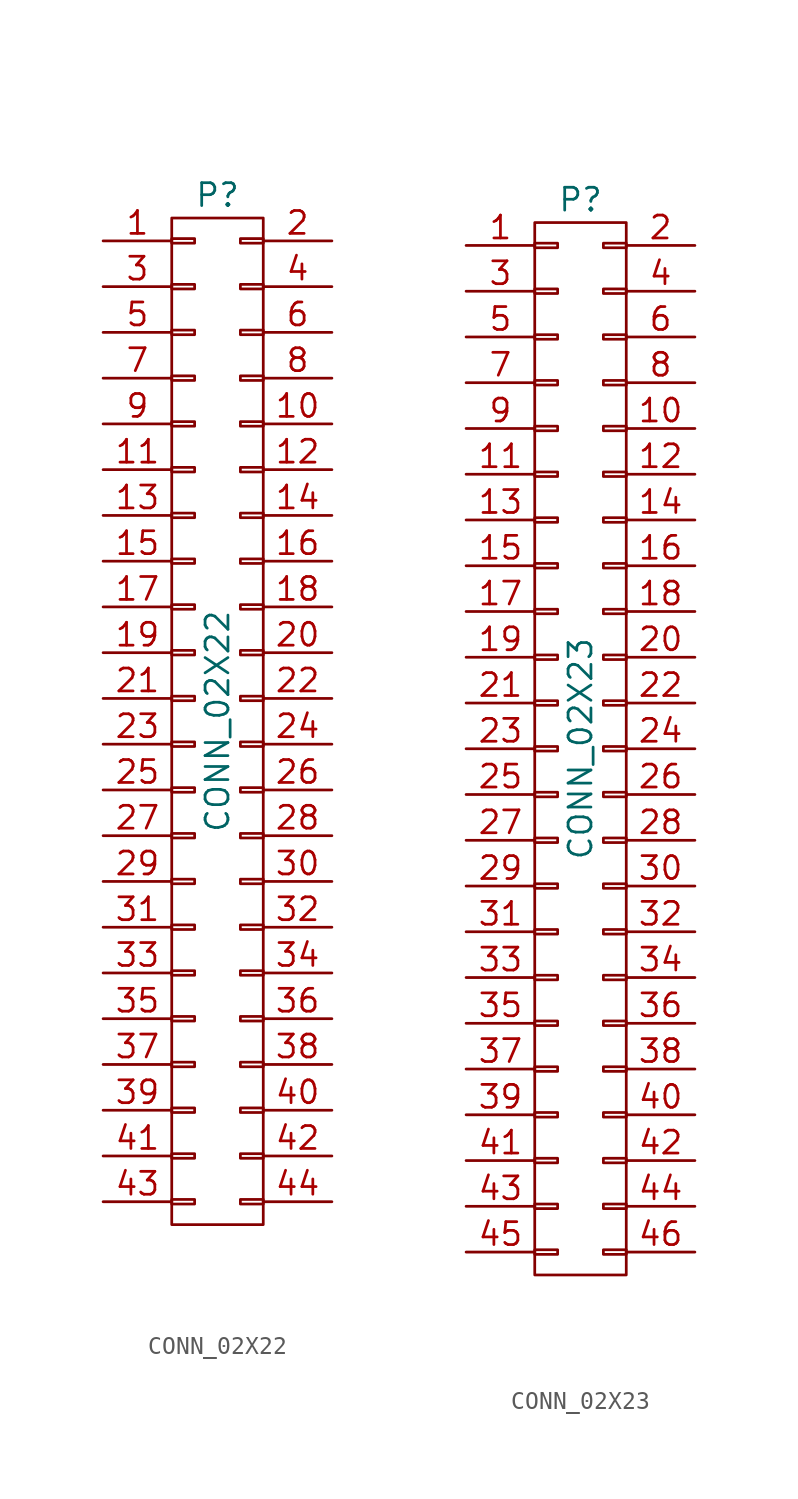
<source format=kicad_sym>
(kicad_symbol_lib
  (version 20231120)
  (generator "kicad_symbol_editor")
  (generator_version "8.0")
  (symbol "CONN_02X22"
    (pin_names
      (offset 0.025) hide)
    (property "Reference" "P"
      (at 0 29.21 0)
      (effects (font (size 1.27 1.27))))
    (property "Value" "CONN_02X22"
      (at 0 0 90)
      (effects (font (size 1.27 1.27))))
    (property "Footprint" ""
      (at 0 -22.86 0)
      (effects (font (size 1.27 1.27))))
    (property "Datasheet" ""
      (at 0 -22.86 0)
      (effects (font (size 1.27 1.27))))
    (symbol "CONN_02X22_0_1"
      (rectangle (start -2.54 -26.543) (end -1.27 -26.797) (stroke (width 0) (type solid)) (fill (type none)))
      (rectangle (start -2.54 -24.003) (end -1.27 -24.257) (stroke (width 0) (type solid)) (fill (type none)))
      (rectangle (start -2.54 -21.463) (end -1.27 -21.717) (stroke (width 0) (type solid)) (fill (type none)))
      (rectangle (start -2.54 -18.923) (end -1.27 -19.177) (stroke (width 0) (type solid)) (fill (type none)))
      (rectangle (start -2.54 -16.383) (end -1.27 -16.637) (stroke (width 0) (type solid)) (fill (type none)))
      (rectangle (start -2.54 -13.843) (end -1.27 -14.097) (stroke (width 0) (type solid)) (fill (type none)))
      (rectangle (start -2.54 -11.303) (end -1.27 -11.557) (stroke (width 0) (type solid)) (fill (type none)))
      (rectangle (start -2.54 -8.763) (end -1.27 -9.017) (stroke (width 0) (type solid)) (fill (type none)))
      (rectangle (start -2.54 -6.223) (end -1.27 -6.477) (stroke (width 0) (type solid)) (fill (type none)))
      (rectangle (start -2.54 -3.683) (end -1.27 -3.937) (stroke (width 0) (type solid)) (fill (type none)))
      (rectangle (start -2.54 -1.143) (end -1.27 -1.397) (stroke (width 0) (type solid)) (fill (type none)))
      (rectangle (start -2.54 1.397) (end -1.27 1.143) (stroke (width 0) (type solid)) (fill (type none)))
      (rectangle (start -2.54 3.937) (end -1.27 3.683) (stroke (width 0) (type solid)) (fill (type none)))
      (rectangle (start -2.54 6.477) (end -1.27 6.223) (stroke (width 0) (type solid)) (fill (type none)))
      (rectangle (start -2.54 9.017) (end -1.27 8.763) (stroke (width 0) (type solid)) (fill (type none)))
      (rectangle (start -2.54 11.557) (end -1.27 11.303) (stroke (width 0) (type solid)) (fill (type none)))
      (rectangle (start -2.54 14.097) (end -1.27 13.843) (stroke (width 0) (type solid)) (fill (type none)))
      (rectangle (start -2.54 16.637) (end -1.27 16.383) (stroke (width 0) (type solid)) (fill (type none)))
      (rectangle (start -2.54 19.177) (end -1.27 18.923) (stroke (width 0) (type solid)) (fill (type none)))
      (rectangle (start -2.54 21.717) (end -1.27 21.463) (stroke (width 0) (type solid)) (fill (type none)))
      (rectangle (start -2.54 24.257) (end -1.27 24.003) (stroke (width 0) (type solid)) (fill (type none)))
      (rectangle (start -2.54 26.797) (end -1.27 26.543) (stroke (width 0) (type solid)) (fill (type none)))
      (rectangle (start -2.54 27.94) (end 2.54 -27.94) (stroke (width 0) (type solid)) (fill (type none)))
      (rectangle (start 1.27 -26.543) (end 2.54 -26.797) (stroke (width 0) (type solid)) (fill (type none)))
      (rectangle (start 1.27 -24.003) (end 2.54 -24.257) (stroke (width 0) (type solid)) (fill (type none)))
      (rectangle (start 1.27 -21.463) (end 2.54 -21.717) (stroke (width 0) (type solid)) (fill (type none)))
      (rectangle (start 1.27 -18.923) (end 2.54 -19.177) (stroke (width 0) (type solid)) (fill (type none)))
      (rectangle (start 1.27 -16.383) (end 2.54 -16.637) (stroke (width 0) (type solid)) (fill (type none)))
      (rectangle (start 1.27 -13.843) (end 2.54 -14.097) (stroke (width 0) (type solid)) (fill (type none)))
      (rectangle (start 1.27 -11.303) (end 2.54 -11.557) (stroke (width 0) (type solid)) (fill (type none)))
      (rectangle (start 1.27 -8.763) (end 2.54 -9.017) (stroke (width 0) (type solid)) (fill (type none)))
      (rectangle (start 1.27 -6.223) (end 2.54 -6.477) (stroke (width 0) (type solid)) (fill (type none)))
      (rectangle (start 1.27 -3.683) (end 2.54 -3.937) (stroke (width 0) (type solid)) (fill (type none)))
      (rectangle (start 1.27 -1.143) (end 2.54 -1.397) (stroke (width 0) (type solid)) (fill (type none)))
      (rectangle (start 1.27 1.397) (end 2.54 1.143) (stroke (width 0) (type solid)) (fill (type none)))
      (rectangle (start 1.27 3.937) (end 2.54 3.683) (stroke (width 0) (type solid)) (fill (type none)))
      (rectangle (start 1.27 6.477) (end 2.54 6.223) (stroke (width 0) (type solid)) (fill (type none)))
      (rectangle (start 1.27 9.017) (end 2.54 8.763) (stroke (width 0) (type solid)) (fill (type none)))
      (rectangle (start 1.27 11.557) (end 2.54 11.303) (stroke (width 0) (type solid)) (fill (type none)))
      (rectangle (start 1.27 14.097) (end 2.54 13.843) (stroke (width 0) (type solid)) (fill (type none)))
      (rectangle (start 1.27 16.637) (end 2.54 16.383) (stroke (width 0) (type solid)) (fill (type none)))
      (rectangle (start 1.27 19.177) (end 2.54 18.923) (stroke (width 0) (type solid)) (fill (type none)))
      (rectangle (start 1.27 21.717) (end 2.54 21.463) (stroke (width 0) (type solid)) (fill (type none)))
      (rectangle (start 1.27 24.257) (end 2.54 24.003) (stroke (width 0) (type solid)) (fill (type none)))
      (rectangle (start 1.27 26.797) (end 2.54 26.543) (stroke (width 0) (type solid)) (fill (type none))))
    (symbol "CONN_02X22_1_1"
      (pin passive line (at -6.35 26.67 0) (length 3.81) (name "P1" (effects (font (size 1.27 1.27)))) (number "1" (effects (font (size 1.27 1.27)))))
      (pin passive line (at 6.35 16.51 180) (length 3.81) (name "P10" (effects (font (size 1.27 1.27)))) (number "10" (effects (font (size 1.27 1.27)))))
      (pin passive line (at -6.35 13.97 0) (length 3.81) (name "P11" (effects (font (size 1.27 1.27)))) (number "11" (effects (font (size 1.27 1.27)))))
      (pin passive line (at 6.35 13.97 180) (length 3.81) (name "P12" (effects (font (size 1.27 1.27)))) (number "12" (effects (font (size 1.27 1.27)))))
      (pin passive line (at -6.35 11.43 0) (length 3.81) (name "P13" (effects (font (size 1.27 1.27)))) (number "13" (effects (font (size 1.27 1.27)))))
      (pin passive line (at 6.35 11.43 180) (length 3.81) (name "P14" (effects (font (size 1.27 1.27)))) (number "14" (effects (font (size 1.27 1.27)))))
      (pin passive line (at -6.35 8.89 0) (length 3.81) (name "P15" (effects (font (size 1.27 1.27)))) (number "15" (effects (font (size 1.27 1.27)))))
      (pin passive line (at 6.35 8.89 180) (length 3.81) (name "P16" (effects (font (size 1.27 1.27)))) (number "16" (effects (font (size 1.27 1.27)))))
      (pin passive line (at -6.35 6.35 0) (length 3.81) (name "P17" (effects (font (size 1.27 1.27)))) (number "17" (effects (font (size 1.27 1.27)))))
      (pin passive line (at 6.35 6.35 180) (length 3.81) (name "P18" (effects (font (size 1.27 1.27)))) (number "18" (effects (font (size 1.27 1.27)))))
      (pin passive line (at -6.35 3.81 0) (length 3.81) (name "P19" (effects (font (size 1.27 1.27)))) (number "19" (effects (font (size 1.27 1.27)))))
      (pin passive line (at 6.35 26.67 180) (length 3.81) (name "P2" (effects (font (size 1.27 1.27)))) (number "2" (effects (font (size 1.27 1.27)))))
      (pin passive line (at 6.35 3.81 180) (length 3.81) (name "P20" (effects (font (size 1.27 1.27)))) (number "20" (effects (font (size 1.27 1.27)))))
      (pin passive line (at -6.35 1.27 0) (length 3.81) (name "P21" (effects (font (size 1.27 1.27)))) (number "21" (effects (font (size 1.27 1.27)))))
      (pin passive line (at 6.35 1.27 180) (length 3.81) (name "P22" (effects (font (size 1.27 1.27)))) (number "22" (effects (font (size 1.27 1.27)))))
      (pin passive line (at -6.35 -1.27 0) (length 3.81) (name "P23" (effects (font (size 1.27 1.27)))) (number "23" (effects (font (size 1.27 1.27)))))
      (pin passive line (at 6.35 -1.27 180) (length 3.81) (name "P24" (effects (font (size 1.27 1.27)))) (number "24" (effects (font (size 1.27 1.27)))))
      (pin passive line (at -6.35 -3.81 0) (length 3.81) (name "P25" (effects (font (size 1.27 1.27)))) (number "25" (effects (font (size 1.27 1.27)))))
      (pin passive line (at 6.35 -3.81 180) (length 3.81) (name "P26" (effects (font (size 1.27 1.27)))) (number "26" (effects (font (size 1.27 1.27)))))
      (pin passive line (at -6.35 -6.35 0) (length 3.81) (name "P27" (effects (font (size 1.27 1.27)))) (number "27" (effects (font (size 1.27 1.27)))))
      (pin passive line (at 6.35 -6.35 180) (length 3.81) (name "P28" (effects (font (size 1.27 1.27)))) (number "28" (effects (font (size 1.27 1.27)))))
      (pin passive line (at -6.35 -8.89 0) (length 3.81) (name "P29" (effects (font (size 1.27 1.27)))) (number "29" (effects (font (size 1.27 1.27)))))
      (pin passive line (at -6.35 24.13 0) (length 3.81) (name "P3" (effects (font (size 1.27 1.27)))) (number "3" (effects (font (size 1.27 1.27)))))
      (pin passive line (at 6.35 -8.89 180) (length 3.81) (name "P30" (effects (font (size 1.27 1.27)))) (number "30" (effects (font (size 1.27 1.27)))))
      (pin passive line (at -6.35 -11.43 0) (length 3.81) (name "P31" (effects (font (size 1.27 1.27)))) (number "31" (effects (font (size 1.27 1.27)))))
      (pin passive line (at 6.35 -11.43 180) (length 3.81) (name "P32" (effects (font (size 1.27 1.27)))) (number "32" (effects (font (size 1.27 1.27)))))
      (pin passive line (at -6.35 -13.97 0) (length 3.81) (name "P33" (effects (font (size 1.27 1.27)))) (number "33" (effects (font (size 1.27 1.27)))))
      (pin passive line (at 6.35 -13.97 180) (length 3.81) (name "P34" (effects (font (size 1.27 1.27)))) (number "34" (effects (font (size 1.27 1.27)))))
      (pin passive line (at -6.35 -16.51 0) (length 3.81) (name "P35" (effects (font (size 1.27 1.27)))) (number "35" (effects (font (size 1.27 1.27)))))
      (pin passive line (at 6.35 -16.51 180) (length 3.81) (name "P36" (effects (font (size 1.27 1.27)))) (number "36" (effects (font (size 1.27 1.27)))))
      (pin passive line (at -6.35 -19.05 0) (length 3.81) (name "P37" (effects (font (size 1.27 1.27)))) (number "37" (effects (font (size 1.27 1.27)))))
      (pin passive line (at 6.35 -19.05 180) (length 3.81) (name "P38" (effects (font (size 1.27 1.27)))) (number "38" (effects (font (size 1.27 1.27)))))
      (pin passive line (at -6.35 -21.59 0) (length 3.81) (name "P39" (effects (font (size 1.27 1.27)))) (number "39" (effects (font (size 1.27 1.27)))))
      (pin passive line (at 6.35 24.13 180) (length 3.81) (name "P4" (effects (font (size 1.27 1.27)))) (number "4" (effects (font (size 1.27 1.27)))))
      (pin passive line (at 6.35 -21.59 180) (length 3.81) (name "P40" (effects (font (size 1.27 1.27)))) (number "40" (effects (font (size 1.27 1.27)))))
      (pin passive line (at -6.35 -24.13 0) (length 3.81) (name "P41" (effects (font (size 1.27 1.27)))) (number "41" (effects (font (size 1.27 1.27)))))
      (pin passive line (at 6.35 -24.13 180) (length 3.81) (name "P42" (effects (font (size 1.27 1.27)))) (number "42" (effects (font (size 1.27 1.27)))))
      (pin passive line (at -6.35 -26.67 0) (length 3.81) (name "P43" (effects (font (size 1.27 1.27)))) (number "43" (effects (font (size 1.27 1.27)))))
      (pin passive line (at 6.35 -26.67 180) (length 3.81) (name "P44" (effects (font (size 1.27 1.27)))) (number "44" (effects (font (size 1.27 1.27)))))
      (pin passive line (at -6.35 21.59 0) (length 3.81) (name "P5" (effects (font (size 1.27 1.27)))) (number "5" (effects (font (size 1.27 1.27)))))
      (pin passive line (at 6.35 21.59 180) (length 3.81) (name "P6" (effects (font (size 1.27 1.27)))) (number "6" (effects (font (size 1.27 1.27)))))
      (pin passive line (at -6.35 19.05 0) (length 3.81) (name "P7" (effects (font (size 1.27 1.27)))) (number "7" (effects (font (size 1.27 1.27)))))
      (pin passive line (at 6.35 19.05 180) (length 3.81) (name "P8" (effects (font (size 1.27 1.27)))) (number "8" (effects (font (size 1.27 1.27)))))
      (pin passive line (at -6.35 16.51 0) (length 3.81) (name "P9" (effects (font (size 1.27 1.27)))) (number "9" (effects (font (size 1.27 1.27)))))))
  (symbol "CONN_02X23"
    (pin_names
      (offset 0.025) hide)
    (property "Reference" "P"
      (at 0 30.48 0)
      (effects (font (size 1.27 1.27))))
    (property "Value" "CONN_02X23"
      (at 0 0 90)
      (effects (font (size 1.27 1.27))))
    (property "Footprint" ""
      (at 0 -21.59 0)
      (effects (font (size 1.27 1.27))))
    (property "Datasheet" ""
      (at 0 -21.59 0)
      (effects (font (size 1.27 1.27))))
    (symbol "CONN_02X23_0_1"
      (rectangle (start -2.54 -27.813) (end -1.27 -28.067) (stroke (width 0) (type solid)) (fill (type none)))
      (rectangle (start -2.54 -25.273) (end -1.27 -25.527) (stroke (width 0) (type solid)) (fill (type none)))
      (rectangle (start -2.54 -22.733) (end -1.27 -22.987) (stroke (width 0) (type solid)) (fill (type none)))
      (rectangle (start -2.54 -20.193) (end -1.27 -20.447) (stroke (width 0) (type solid)) (fill (type none)))
      (rectangle (start -2.54 -17.653) (end -1.27 -17.907) (stroke (width 0) (type solid)) (fill (type none)))
      (rectangle (start -2.54 -15.113) (end -1.27 -15.367) (stroke (width 0) (type solid)) (fill (type none)))
      (rectangle (start -2.54 -12.573) (end -1.27 -12.827) (stroke (width 0) (type solid)) (fill (type none)))
      (rectangle (start -2.54 -10.033) (end -1.27 -10.287) (stroke (width 0) (type solid)) (fill (type none)))
      (rectangle (start -2.54 -7.493) (end -1.27 -7.747) (stroke (width 0) (type solid)) (fill (type none)))
      (rectangle (start -2.54 -4.953) (end -1.27 -5.207) (stroke (width 0) (type solid)) (fill (type none)))
      (rectangle (start -2.54 -2.413) (end -1.27 -2.667) (stroke (width 0) (type solid)) (fill (type none)))
      (rectangle (start -2.54 0.127) (end -1.27 -0.127) (stroke (width 0) (type solid)) (fill (type none)))
      (rectangle (start -2.54 2.667) (end -1.27 2.413) (stroke (width 0) (type solid)) (fill (type none)))
      (rectangle (start -2.54 5.207) (end -1.27 4.953) (stroke (width 0) (type solid)) (fill (type none)))
      (rectangle (start -2.54 7.747) (end -1.27 7.493) (stroke (width 0) (type solid)) (fill (type none)))
      (rectangle (start -2.54 10.287) (end -1.27 10.033) (stroke (width 0) (type solid)) (fill (type none)))
      (rectangle (start -2.54 12.827) (end -1.27 12.573) (stroke (width 0) (type solid)) (fill (type none)))
      (rectangle (start -2.54 15.367) (end -1.27 15.113) (stroke (width 0) (type solid)) (fill (type none)))
      (rectangle (start -2.54 17.907) (end -1.27 17.653) (stroke (width 0) (type solid)) (fill (type none)))
      (rectangle (start -2.54 20.447) (end -1.27 20.193) (stroke (width 0) (type solid)) (fill (type none)))
      (rectangle (start -2.54 22.987) (end -1.27 22.733) (stroke (width 0) (type solid)) (fill (type none)))
      (rectangle (start -2.54 25.527) (end -1.27 25.273) (stroke (width 0) (type solid)) (fill (type none)))
      (rectangle (start -2.54 28.067) (end -1.27 27.813) (stroke (width 0) (type solid)) (fill (type none)))
      (rectangle (start -2.54 29.21) (end 2.54 -29.21) (stroke (width 0) (type solid)) (fill (type none)))
      (rectangle (start 1.27 -27.813) (end 2.54 -28.067) (stroke (width 0) (type solid)) (fill (type none)))
      (rectangle (start 1.27 -25.273) (end 2.54 -25.527) (stroke (width 0) (type solid)) (fill (type none)))
      (rectangle (start 1.27 -22.733) (end 2.54 -22.987) (stroke (width 0) (type solid)) (fill (type none)))
      (rectangle (start 1.27 -20.193) (end 2.54 -20.447) (stroke (width 0) (type solid)) (fill (type none)))
      (rectangle (start 1.27 -17.653) (end 2.54 -17.907) (stroke (width 0) (type solid)) (fill (type none)))
      (rectangle (start 1.27 -15.113) (end 2.54 -15.367) (stroke (width 0) (type solid)) (fill (type none)))
      (rectangle (start 1.27 -12.573) (end 2.54 -12.827) (stroke (width 0) (type solid)) (fill (type none)))
      (rectangle (start 1.27 -10.033) (end 2.54 -10.287) (stroke (width 0) (type solid)) (fill (type none)))
      (rectangle (start 1.27 -7.493) (end 2.54 -7.747) (stroke (width 0) (type solid)) (fill (type none)))
      (rectangle (start 1.27 -4.953) (end 2.54 -5.207) (stroke (width 0) (type solid)) (fill (type none)))
      (rectangle (start 1.27 -2.413) (end 2.54 -2.667) (stroke (width 0) (type solid)) (fill (type none)))
      (rectangle (start 1.27 0.127) (end 2.54 -0.127) (stroke (width 0) (type solid)) (fill (type none)))
      (rectangle (start 1.27 2.667) (end 2.54 2.413) (stroke (width 0) (type solid)) (fill (type none)))
      (rectangle (start 1.27 5.207) (end 2.54 4.953) (stroke (width 0) (type solid)) (fill (type none)))
      (rectangle (start 1.27 7.747) (end 2.54 7.493) (stroke (width 0) (type solid)) (fill (type none)))
      (rectangle (start 1.27 10.287) (end 2.54 10.033) (stroke (width 0) (type solid)) (fill (type none)))
      (rectangle (start 1.27 12.827) (end 2.54 12.573) (stroke (width 0) (type solid)) (fill (type none)))
      (rectangle (start 1.27 15.367) (end 2.54 15.113) (stroke (width 0) (type solid)) (fill (type none)))
      (rectangle (start 1.27 17.907) (end 2.54 17.653) (stroke (width 0) (type solid)) (fill (type none)))
      (rectangle (start 1.27 20.447) (end 2.54 20.193) (stroke (width 0) (type solid)) (fill (type none)))
      (rectangle (start 1.27 22.987) (end 2.54 22.733) (stroke (width 0) (type solid)) (fill (type none)))
      (rectangle (start 1.27 25.527) (end 2.54 25.273) (stroke (width 0) (type solid)) (fill (type none)))
      (rectangle (start 1.27 28.067) (end 2.54 27.813) (stroke (width 0) (type solid)) (fill (type none))))
    (symbol "CONN_02X23_1_1"
      (pin passive line (at -6.35 27.94 0) (length 3.81) (name "P1" (effects (font (size 1.27 1.27)))) (number "1" (effects (font (size 1.27 1.27)))))
      (pin passive line (at 6.35 17.78 180) (length 3.81) (name "P10" (effects (font (size 1.27 1.27)))) (number "10" (effects (font (size 1.27 1.27)))))
      (pin passive line (at -6.35 15.24 0) (length 3.81) (name "P11" (effects (font (size 1.27 1.27)))) (number "11" (effects (font (size 1.27 1.27)))))
      (pin passive line (at 6.35 15.24 180) (length 3.81) (name "P12" (effects (font (size 1.27 1.27)))) (number "12" (effects (font (size 1.27 1.27)))))
      (pin passive line (at -6.35 12.7 0) (length 3.81) (name "P13" (effects (font (size 1.27 1.27)))) (number "13" (effects (font (size 1.27 1.27)))))
      (pin passive line (at 6.35 12.7 180) (length 3.81) (name "P14" (effects (font (size 1.27 1.27)))) (number "14" (effects (font (size 1.27 1.27)))))
      (pin passive line (at -6.35 10.16 0) (length 3.81) (name "P15" (effects (font (size 1.27 1.27)))) (number "15" (effects (font (size 1.27 1.27)))))
      (pin passive line (at 6.35 10.16 180) (length 3.81) (name "P16" (effects (font (size 1.27 1.27)))) (number "16" (effects (font (size 1.27 1.27)))))
      (pin passive line (at -6.35 7.62 0) (length 3.81) (name "P17" (effects (font (size 1.27 1.27)))) (number "17" (effects (font (size 1.27 1.27)))))
      (pin passive line (at 6.35 7.62 180) (length 3.81) (name "P18" (effects (font (size 1.27 1.27)))) (number "18" (effects (font (size 1.27 1.27)))))
      (pin passive line (at -6.35 5.08 0) (length 3.81) (name "P19" (effects (font (size 1.27 1.27)))) (number "19" (effects (font (size 1.27 1.27)))))
      (pin passive line (at 6.35 27.94 180) (length 3.81) (name "P2" (effects (font (size 1.27 1.27)))) (number "2" (effects (font (size 1.27 1.27)))))
      (pin passive line (at 6.35 5.08 180) (length 3.81) (name "P20" (effects (font (size 1.27 1.27)))) (number "20" (effects (font (size 1.27 1.27)))))
      (pin passive line (at -6.35 2.54 0) (length 3.81) (name "P21" (effects (font (size 1.27 1.27)))) (number "21" (effects (font (size 1.27 1.27)))))
      (pin passive line (at 6.35 2.54 180) (length 3.81) (name "P22" (effects (font (size 1.27 1.27)))) (number "22" (effects (font (size 1.27 1.27)))))
      (pin passive line (at -6.35 0 0) (length 3.81) (name "P23" (effects (font (size 1.27 1.27)))) (number "23" (effects (font (size 1.27 1.27)))))
      (pin passive line (at 6.35 0 180) (length 3.81) (name "P24" (effects (font (size 1.27 1.27)))) (number "24" (effects (font (size 1.27 1.27)))))
      (pin passive line (at -6.35 -2.54 0) (length 3.81) (name "P25" (effects (font (size 1.27 1.27)))) (number "25" (effects (font (size 1.27 1.27)))))
      (pin passive line (at 6.35 -2.54 180) (length 3.81) (name "P26" (effects (font (size 1.27 1.27)))) (number "26" (effects (font (size 1.27 1.27)))))
      (pin passive line (at -6.35 -5.08 0) (length 3.81) (name "P27" (effects (font (size 1.27 1.27)))) (number "27" (effects (font (size 1.27 1.27)))))
      (pin passive line (at 6.35 -5.08 180) (length 3.81) (name "P28" (effects (font (size 1.27 1.27)))) (number "28" (effects (font (size 1.27 1.27)))))
      (pin passive line (at -6.35 -7.62 0) (length 3.81) (name "P29" (effects (font (size 1.27 1.27)))) (number "29" (effects (font (size 1.27 1.27)))))
      (pin passive line (at -6.35 25.4 0) (length 3.81) (name "P3" (effects (font (size 1.27 1.27)))) (number "3" (effects (font (size 1.27 1.27)))))
      (pin passive line (at 6.35 -7.62 180) (length 3.81) (name "P30" (effects (font (size 1.27 1.27)))) (number "30" (effects (font (size 1.27 1.27)))))
      (pin passive line (at -6.35 -10.16 0) (length 3.81) (name "P31" (effects (font (size 1.27 1.27)))) (number "31" (effects (font (size 1.27 1.27)))))
      (pin passive line (at 6.35 -10.16 180) (length 3.81) (name "P32" (effects (font (size 1.27 1.27)))) (number "32" (effects (font (size 1.27 1.27)))))
      (pin passive line (at -6.35 -12.7 0) (length 3.81) (name "P33" (effects (font (size 1.27 1.27)))) (number "33" (effects (font (size 1.27 1.27)))))
      (pin passive line (at 6.35 -12.7 180) (length 3.81) (name "P34" (effects (font (size 1.27 1.27)))) (number "34" (effects (font (size 1.27 1.27)))))
      (pin passive line (at -6.35 -15.24 0) (length 3.81) (name "P35" (effects (font (size 1.27 1.27)))) (number "35" (effects (font (size 1.27 1.27)))))
      (pin passive line (at 6.35 -15.24 180) (length 3.81) (name "P36" (effects (font (size 1.27 1.27)))) (number "36" (effects (font (size 1.27 1.27)))))
      (pin passive line (at -6.35 -17.78 0) (length 3.81) (name "P37" (effects (font (size 1.27 1.27)))) (number "37" (effects (font (size 1.27 1.27)))))
      (pin passive line (at 6.35 -17.78 180) (length 3.81) (name "P38" (effects (font (size 1.27 1.27)))) (number "38" (effects (font (size 1.27 1.27)))))
      (pin passive line (at -6.35 -20.32 0) (length 3.81) (name "P39" (effects (font (size 1.27 1.27)))) (number "39" (effects (font (size 1.27 1.27)))))
      (pin passive line (at 6.35 25.4 180) (length 3.81) (name "P4" (effects (font (size 1.27 1.27)))) (number "4" (effects (font (size 1.27 1.27)))))
      (pin passive line (at 6.35 -20.32 180) (length 3.81) (name "P40" (effects (font (size 1.27 1.27)))) (number "40" (effects (font (size 1.27 1.27)))))
      (pin passive line (at -6.35 -22.86 0) (length 3.81) (name "P41" (effects (font (size 1.27 1.27)))) (number "41" (effects (font (size 1.27 1.27)))))
      (pin passive line (at 6.35 -22.86 180) (length 3.81) (name "P42" (effects (font (size 1.27 1.27)))) (number "42" (effects (font (size 1.27 1.27)))))
      (pin passive line (at -6.35 -25.4 0) (length 3.81) (name "P43" (effects (font (size 1.27 1.27)))) (number "43" (effects (font (size 1.27 1.27)))))
      (pin passive line (at 6.35 -25.4 180) (length 3.81) (name "P44" (effects (font (size 1.27 1.27)))) (number "44" (effects (font (size 1.27 1.27)))))
      (pin passive line (at -6.35 -27.94 0) (length 3.81) (name "P45" (effects (font (size 1.27 1.27)))) (number "45" (effects (font (size 1.27 1.27)))))
      (pin passive line (at 6.35 -27.94 180) (length 3.81) (name "P46" (effects (font (size 1.27 1.27)))) (number "46" (effects (font (size 1.27 1.27)))))
      (pin passive line (at -6.35 22.86 0) (length 3.81) (name "P5" (effects (font (size 1.27 1.27)))) (number "5" (effects (font (size 1.27 1.27)))))
      (pin passive line (at 6.35 22.86 180) (length 3.81) (name "P6" (effects (font (size 1.27 1.27)))) (number "6" (effects (font (size 1.27 1.27)))))
      (pin passive line (at -6.35 20.32 0) (length 3.81) (name "P7" (effects (font (size 1.27 1.27)))) (number "7" (effects (font (size 1.27 1.27)))))
      (pin passive line (at 6.35 20.32 180) (length 3.81) (name "P8" (effects (font (size 1.27 1.27)))) (number "8" (effects (font (size 1.27 1.27)))))
      (pin passive line (at -6.35 17.78 0) (length 3.81) (name "P9" (effects (font (size 1.27 1.27)))) (number "9" (effects (font (size 1.27 1.27))))))))
</source>
